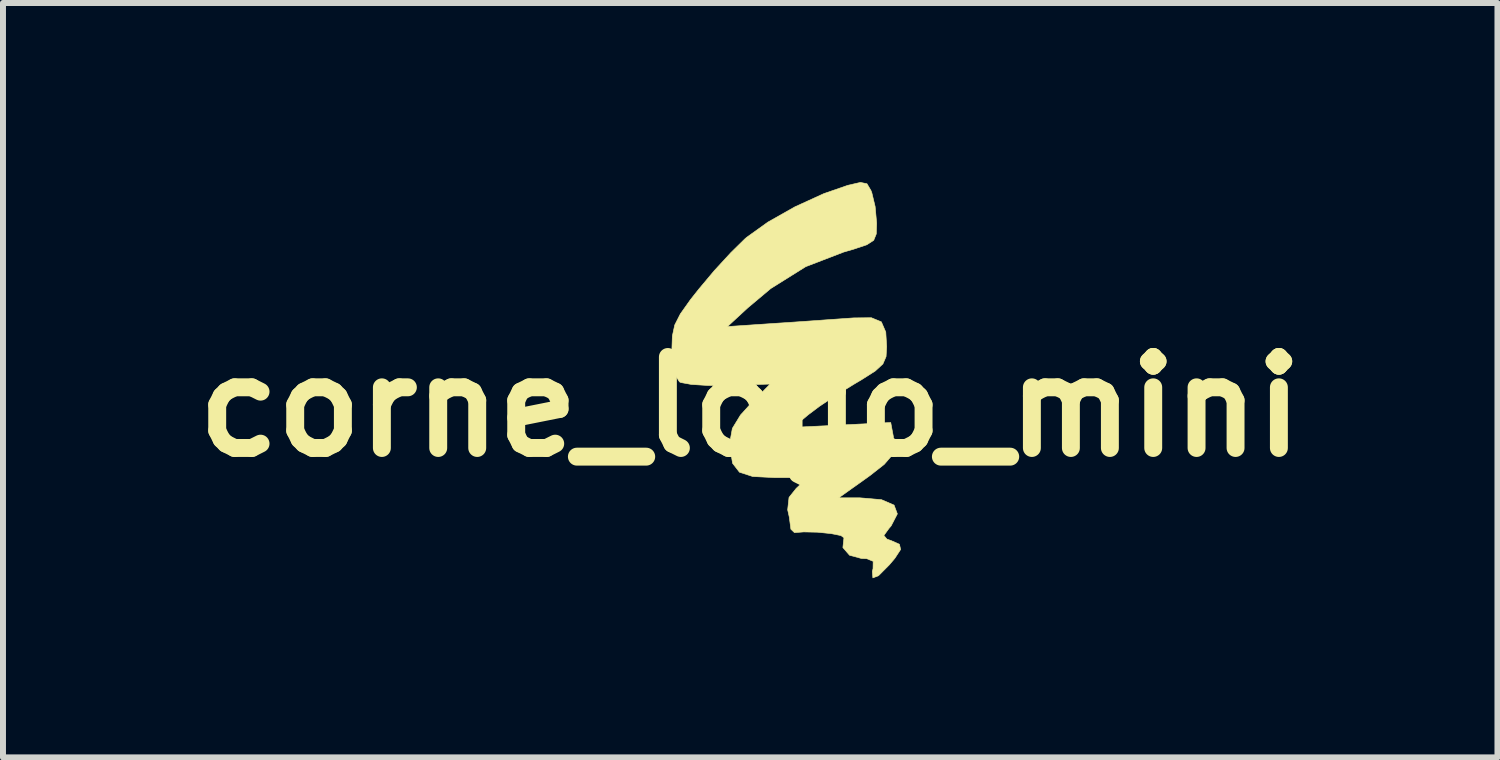
<source format=kicad_pcb>
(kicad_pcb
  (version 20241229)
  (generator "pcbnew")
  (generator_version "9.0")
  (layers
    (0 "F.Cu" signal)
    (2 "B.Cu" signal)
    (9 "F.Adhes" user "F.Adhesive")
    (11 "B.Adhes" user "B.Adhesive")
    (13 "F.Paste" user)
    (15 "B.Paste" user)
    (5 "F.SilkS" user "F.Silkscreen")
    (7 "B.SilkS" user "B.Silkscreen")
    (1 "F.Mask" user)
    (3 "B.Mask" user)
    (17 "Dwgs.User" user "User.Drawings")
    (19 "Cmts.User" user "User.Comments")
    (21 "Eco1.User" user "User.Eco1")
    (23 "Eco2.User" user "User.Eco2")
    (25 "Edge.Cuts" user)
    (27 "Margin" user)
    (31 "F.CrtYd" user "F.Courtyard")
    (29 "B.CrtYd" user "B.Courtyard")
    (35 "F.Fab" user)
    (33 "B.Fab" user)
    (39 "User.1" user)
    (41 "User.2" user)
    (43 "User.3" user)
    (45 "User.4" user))
  (footprint "corne_logo_mini"
    (layer "F.Cu")
    (at 9.514 3.763)
    (property "Reference" "corne_logo_mini" (at 0 0 0) (layer "F.SilkS") (effects (font (size 1.524 1.524) (thickness 0.3))))
    (attr through_hole)
    (fp_poly (pts (xy 1.955 -3.736) (xy 2.022 -3.623) (xy 2.036 -3.587) (xy 2.092 -3.354) (xy 2.117 -3.078) (xy 2.117 -3.063) (xy 2.111 -2.895) (xy 2.068 -2.789) (xy 1.953 -2.714) (xy 1.729 -2.639) (xy 1.566 -2.592) (xy 0.929 -2.347) (xy 0.344 -1.981) (xy -0.042 -1.657) (xy -0.381 -1.344) (xy 0.466 -1.401) (xy 0.884 -1.429) (xy 1.29 -1.458) (xy 1.62 -1.481) (xy 1.732 -1.489) (xy 2.028 -1.492) (xy 2.196 -1.423) (xy 2.27 -1.252) (xy 2.285 -1.006) (xy 2.275 -0.841) (xy 2.222 -0.718) (xy 2.094 -0.6) (xy 1.86 -0.451) (xy 1.753 -0.388) (xy 1.445 -0.199) (xy 1.16 -0.009) (xy 0.97 0.134) (xy 0.72 0.344) (xy 2.353 0.263) (xy 2.396 0.492) (xy 2.415 0.671) (xy 2.372 0.816) (xy 2.245 0.963) (xy 2.006 1.151) (xy 1.904 1.224) (xy 1.482 1.524) (xy 1.835 1.524) (xy 2.198 1.555) (xy 2.409 1.646) (xy 2.464 1.793) (xy 2.36 1.994) (xy 2.322 2.039) (xy 2.238 2.155) (xy 2.289 2.215) (xy 2.364 2.242) (xy 2.499 2.302) (xy 2.519 2.389) (xy 2.422 2.537) (xy 2.33 2.646) (xy 2.149 2.828) (xy 2.054 2.865) (xy 2.045 2.758) (xy 2.057 2.709) (xy 2.059 2.587) (xy 1.95 2.543) (xy 1.864 2.54) (xy 1.664 2.486) (xy 1.552 2.357) (xy 1.569 2.198) (xy 1.571 2.194) (xy 1.519 2.156) (xy 1.353 2.123) (xy 1.127 2.1) (xy 0.896 2.095) (xy 0.741 2.107) (xy 0.681 2.05) (xy 0.676 2.011) (xy 0.654 1.846) (xy 0.627 1.725) (xy 0.65 1.517) (xy 0.771 1.365) (xy 0.963 1.185) (xy 0.4 1.185) (xy 0.042 1.167) (xy -0.18 1.095) (xy -0.296 0.945) (xy -0.337 0.691) (xy -0.339 0.58) (xy -0.299 0.361) (xy -0.163 0.138) (xy -0.003 -0.039) (xy 0.333 -0.381) (xy -0.363 -0.358) (xy -0.702 -0.357) (xy -0.986 -0.375) (xy -1.162 -0.407) (xy -1.185 -0.418) (xy -1.274 -0.563) (xy -1.311 -0.855) (xy -1.312 -0.953) (xy -1.304 -1.186) (xy -1.264 -1.371) (xy -1.17 -1.556) (xy -1.002 -1.793) (xy -0.861 -1.971) (xy -0.601 -2.281) (xy -0.325 -2.581) (xy -0.09 -2.812) (xy -0.06 -2.838) (xy 0.297 -3.094) (xy 0.75 -3.35) (xy 1.232 -3.57) (xy 1.636 -3.71) (xy 1.846 -3.758) (xy 1.955 -3.736)) (stroke (width 0.01) (type solid)) (fill yes) (layer "F.SilkS")))
  (gr_rect
    (start -3 -3)
    (end 22.028 9.634)
    (stroke (width 0.1) (type default))
    (fill no)
    (layer "Edge.Cuts")))
</source>
